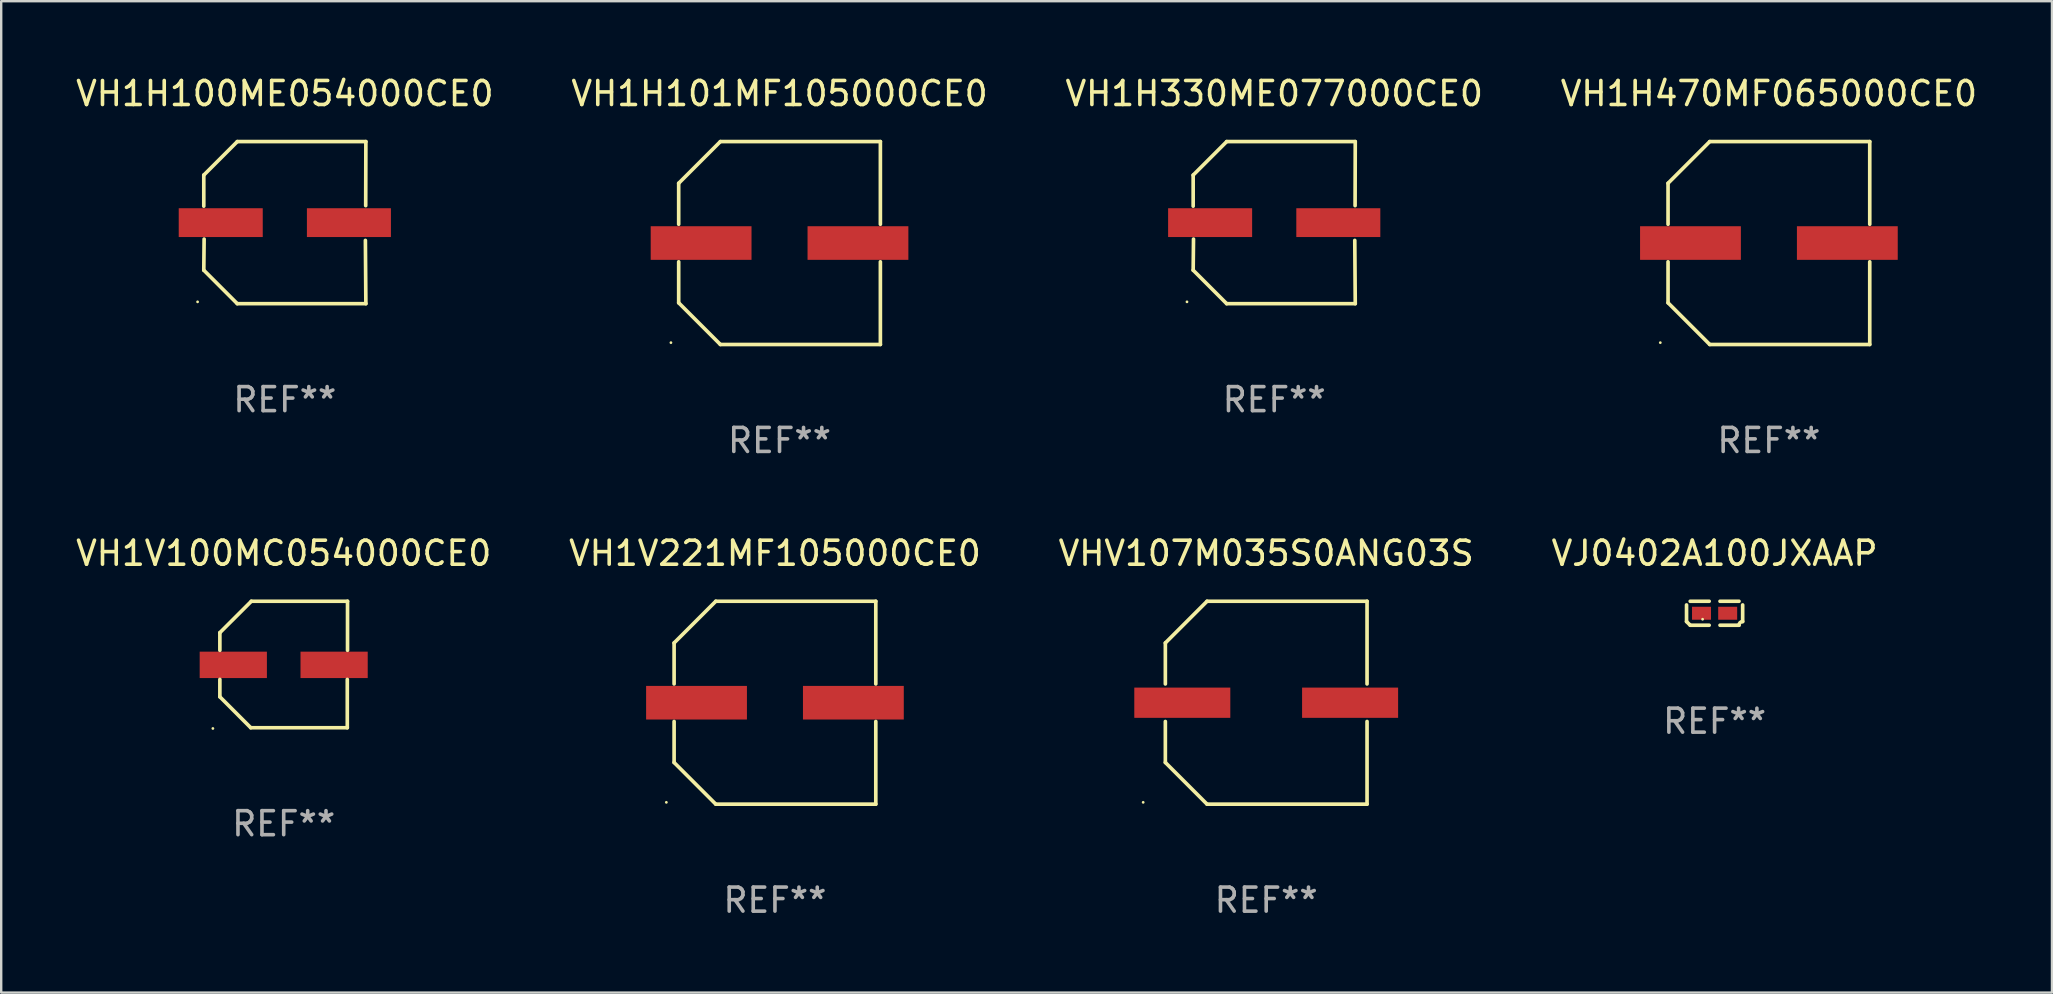
<source format=kicad_pcb>
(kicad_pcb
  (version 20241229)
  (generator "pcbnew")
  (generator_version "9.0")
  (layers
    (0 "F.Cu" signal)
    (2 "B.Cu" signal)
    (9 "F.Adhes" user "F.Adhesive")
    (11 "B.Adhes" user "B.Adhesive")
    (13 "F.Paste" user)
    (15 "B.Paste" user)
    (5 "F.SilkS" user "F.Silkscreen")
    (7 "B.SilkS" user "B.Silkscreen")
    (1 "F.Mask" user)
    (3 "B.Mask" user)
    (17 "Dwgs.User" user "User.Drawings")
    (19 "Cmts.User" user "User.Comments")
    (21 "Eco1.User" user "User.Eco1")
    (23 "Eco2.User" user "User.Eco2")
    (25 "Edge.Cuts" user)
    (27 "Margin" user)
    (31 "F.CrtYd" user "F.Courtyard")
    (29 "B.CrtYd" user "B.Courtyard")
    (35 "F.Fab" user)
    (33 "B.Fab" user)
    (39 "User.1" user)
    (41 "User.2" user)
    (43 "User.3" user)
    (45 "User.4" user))
  (footprint "VJ0402A100JXAAP"
    (layer "F.Cu")
    (at 68.375 22.496)
    (property "Reference" "VJ0402A100JXAAP" (at 0 -2.499 0) (layer "F.SilkS") (effects (font (size 1 1) (thickness 0.15))))
    (attr through_hole)
    (fp_line (start -1.169 0.346) (end -1.169 -0.346) (stroke (width 0.152) (type solid)) (layer "F.SilkS"))
    (fp_line (start -1.016 -0.499) (end -0.226 -0.499) (stroke (width 0.152) (type solid)) (layer "F.SilkS"))
    (fp_line (start -0.226 0.499) (end -1.016 0.499) (stroke (width 0.152) (type solid)) (layer "F.SilkS"))
    (fp_line (start 0.226 0.499) (end 1.016 0.499) (stroke (width 0.152) (type solid)) (layer "F.SilkS"))
    (fp_line (start 1.016 -0.499) (end 0.226 -0.499) (stroke (width 0.152) (type solid)) (layer "F.SilkS"))
    (fp_line (start 1.169 0.346) (end 1.169 -0.346) (stroke (width 0.152) (type solid)) (layer "F.SilkS"))
    (fp_arc (start -1.016307 0.498603) (mid -1.092512 0.422405) (end -1.16871 0.3462) (stroke (width 0.1524) (type solid)) (layer "F.SilkS"))
    (fp_arc (start 1.016307 0.498603) (mid 1.060899 0.390758) (end 1.168707 0.346076) (stroke (width 0.1524) (type solid)) (layer "F.SilkS"))
    (fp_circle (center -0.5 0.25) (end -0.47 0.25) (stroke (width 0.06) (type solid)) (fill no) (layer "F.SilkS"))
    (fp_text user "REF**" (at 0 4.499 0) (layer "F.Fab") (effects (font (size 1 1) (thickness 0.15))))
    (pad "1" smd rect (at -0.545 0) (size 0.79 0.54) (layers "F.Cu" "F.Mask" "F.Paste"))
    (pad "2" smd rect (at 0.545 0) (size 0.79 0.54) (layers "F.Cu" "F.Mask" "F.Paste")))
  (footprint "VH1H101MF105000CE0"
    (layer "F.Cu")
    (at 29.423 7.074)
    (property "Reference" "VH1H101MF105000CE0" (at 0 -6.226 0) (layer "F.SilkS") (effects (font (size 1 1) (thickness 0.15))))
    (attr through_hole)
    (fp_line (start -4.201 -2.49) (end -4.201 -0.782) (stroke (width 0.152) (type solid)) (layer "F.SilkS"))
    (fp_line (start -4.201 2.49) (end -4.201 0.782) (stroke (width 0.152) (type solid)) (layer "F.SilkS"))
    (fp_line (start -2.465 -4.226) (end -4.201 -2.49) (stroke (width 0.152) (type solid)) (layer "F.SilkS"))
    (fp_line (start -2.465 4.226) (end -4.201 2.49) (stroke (width 0.152) (type solid)) (layer "F.SilkS"))
    (fp_line (start 4.201 -4.226) (end -2.465 -4.226) (stroke (width 0.152) (type solid)) (layer "F.SilkS"))
    (fp_line (start 4.201 -0.782) (end 4.201 -4.226) (stroke (width 0.152) (type solid)) (layer "F.SilkS"))
    (fp_line (start 4.201 0.782) (end 4.201 4.226) (stroke (width 0.152) (type solid)) (layer "F.SilkS"))
    (fp_line (start 4.201 4.226) (end -2.465 4.226) (stroke (width 0.152) (type solid)) (layer "F.SilkS"))
    (fp_circle (center -4.524 4.15) (end -4.494 4.15) (stroke (width 0.06) (type solid)) (fill no) (layer "F.SilkS"))
    (fp_text user "REF**" (at 0 8.226 0) (layer "F.Fab") (effects (font (size 1 1) (thickness 0.15))))
    (pad "1" smd rect (at -3.267 0) (size 4.2 1.4) (layers "F.Cu" "F.Mask" "F.Paste"))
    (pad "2" smd rect (at 3.267 0) (size 4.2 1.4) (layers "F.Cu" "F.Mask" "F.Paste")))
  (footprint "VHV107M035S0ANG03S"
    (layer "F.Cu")
    (at 49.696 26.223)
    (property "Reference" "VHV107M035S0ANG03S" (at 0 -6.226 0) (layer "F.SilkS") (effects (font (size 1 1) (thickness 0.15))))
    (attr through_hole)
    (fp_line (start -4.201 -2.49) (end -4.201 -0.782) (stroke (width 0.152) (type solid)) (layer "F.SilkS"))
    (fp_line (start -4.201 2.49) (end -4.201 0.782) (stroke (width 0.152) (type solid)) (layer "F.SilkS"))
    (fp_line (start -2.465 -4.226) (end -4.201 -2.49) (stroke (width 0.152) (type solid)) (layer "F.SilkS"))
    (fp_line (start -2.465 4.226) (end -4.201 2.49) (stroke (width 0.152) (type solid)) (layer "F.SilkS"))
    (fp_line (start 4.201 -4.226) (end -2.465 -4.226) (stroke (width 0.152) (type solid)) (layer "F.SilkS"))
    (fp_line (start 4.201 -0.782) (end 4.201 -4.226) (stroke (width 0.152) (type solid)) (layer "F.SilkS"))
    (fp_line (start 4.201 0.782) (end 4.201 4.226) (stroke (width 0.152) (type solid)) (layer "F.SilkS"))
    (fp_line (start 4.201 4.226) (end -2.465 4.226) (stroke (width 0.152) (type solid)) (layer "F.SilkS"))
    (fp_circle (center -5.125 4.15) (end -5.095 4.15) (stroke (width 0.06) (type solid)) (fill no) (layer "F.SilkS"))
    (fp_text user "REF**" (at 0 8.226 0) (layer "F.Fab") (effects (font (size 1 1) (thickness 0.15))))
    (pad "1" smd rect (at -3.495 0.000025) (size 4 1.26) (layers "F.Cu" "F.Mask" "F.Paste"))
    (pad "2" smd rect (at 3.495 0.000025) (size 4 1.26) (layers "F.Cu" "F.Mask" "F.Paste")))
  (footprint "VH1H470MF065000CE0"
    (layer "F.Cu")
    (at 70.637 7.074)
    (property "Reference" "VH1H470MF065000CE0" (at 0 -6.226 0) (layer "F.SilkS") (effects (font (size 1 1) (thickness 0.15))))
    (attr through_hole)
    (fp_line (start -4.201 -2.49) (end -4.201 -0.782) (stroke (width 0.152) (type solid)) (layer "F.SilkS"))
    (fp_line (start -4.201 2.49) (end -4.201 0.782) (stroke (width 0.152) (type solid)) (layer "F.SilkS"))
    (fp_line (start -2.465 -4.226) (end -4.201 -2.49) (stroke (width 0.152) (type solid)) (layer "F.SilkS"))
    (fp_line (start -2.465 4.226) (end -4.201 2.49) (stroke (width 0.152) (type solid)) (layer "F.SilkS"))
    (fp_line (start 4.201 -4.226) (end -2.465 -4.226) (stroke (width 0.152) (type solid)) (layer "F.SilkS"))
    (fp_line (start 4.201 -0.782) (end 4.201 -4.226) (stroke (width 0.152) (type solid)) (layer "F.SilkS"))
    (fp_line (start 4.201 0.782) (end 4.201 4.226) (stroke (width 0.152) (type solid)) (layer "F.SilkS"))
    (fp_line (start 4.201 4.226) (end -2.465 4.226) (stroke (width 0.152) (type solid)) (layer "F.SilkS"))
    (fp_circle (center -4.524 4.15) (end -4.494 4.15) (stroke (width 0.06) (type solid)) (fill no) (layer "F.SilkS"))
    (fp_text user "REF**" (at 0 8.226 0) (layer "F.Fab") (effects (font (size 1 1) (thickness 0.15))))
    (pad "1" smd rect (at -3.267 0) (size 4.2 1.4) (layers "F.Cu" "F.Mask" "F.Paste"))
    (pad "2" smd rect (at 3.267 0) (size 4.2 1.4) (layers "F.Cu" "F.Mask" "F.Paste")))
  (footprint "VH1V221MF105000CE0"
    (layer "F.Cu")
    (at 29.232 26.223)
    (property "Reference" "VH1V221MF105000CE0" (at 0 -6.226 0) (layer "F.SilkS") (effects (font (size 1 1) (thickness 0.15))))
    (attr through_hole)
    (fp_line (start -4.201 -2.49) (end -4.201 -0.782) (stroke (width 0.152) (type solid)) (layer "F.SilkS"))
    (fp_line (start -4.201 2.49) (end -4.201 0.782) (stroke (width 0.152) (type solid)) (layer "F.SilkS"))
    (fp_line (start -2.465 -4.226) (end -4.201 -2.49) (stroke (width 0.152) (type solid)) (layer "F.SilkS"))
    (fp_line (start -2.465 4.226) (end -4.201 2.49) (stroke (width 0.152) (type solid)) (layer "F.SilkS"))
    (fp_line (start 4.201 -4.226) (end -2.465 -4.226) (stroke (width 0.152) (type solid)) (layer "F.SilkS"))
    (fp_line (start 4.201 -0.782) (end 4.201 -4.226) (stroke (width 0.152) (type solid)) (layer "F.SilkS"))
    (fp_line (start 4.201 0.782) (end 4.201 4.226) (stroke (width 0.152) (type solid)) (layer "F.SilkS"))
    (fp_line (start 4.201 4.226) (end -2.465 4.226) (stroke (width 0.152) (type solid)) (layer "F.SilkS"))
    (fp_circle (center -4.524 4.15) (end -4.494 4.15) (stroke (width 0.06) (type solid)) (fill no) (layer "F.SilkS"))
    (fp_text user "REF**" (at 0 8.226 0) (layer "F.Fab") (effects (font (size 1 1) (thickness 0.15))))
    (pad "1" smd rect (at -3.267 0) (size 4.2 1.4) (layers "F.Cu" "F.Mask" "F.Paste"))
    (pad "2" smd rect (at 3.267 0) (size 4.2 1.4) (layers "F.Cu" "F.Mask" "F.Paste")))
  (footprint "VH1H100ME054000CE0"
    (layer "F.Cu")
    (at 8.815 6.224)
    (property "Reference" "VH1H100ME054000CE0" (at 0 -5.376 0) (layer "F.SilkS") (effects (font (size 1 1) (thickness 0.15))))
    (attr through_hole)
    (fp_line (start -3.376 -1.98) (end -3.376 -0.686) (stroke (width 0.152) (type solid)) (layer "F.SilkS"))
    (fp_line (start -3.376 1.981) (end -3.362 0.686) (stroke (width 0.152) (type solid)) (layer "F.SilkS"))
    (fp_line (start -1.981 3.376) (end -3.376 1.981) (stroke (width 0.152) (type solid)) (layer "F.SilkS"))
    (fp_line (start -1.98 -3.376) (end -3.376 -1.98) (stroke (width 0.152) (type solid)) (layer "F.SilkS"))
    (fp_line (start 3.356 0.74) (end 3.376 3.376) (stroke (width 0.152) (type solid)) (layer "F.SilkS"))
    (fp_line (start 3.369 -0.707) (end 3.376 -3.376) (stroke (width 0.152) (type solid)) (layer "F.SilkS"))
    (fp_line (start 3.376 3.376) (end -1.981 3.376) (stroke (width 0.152) (type solid)) (layer "F.SilkS"))
    (fp_line (start 3.376 -3.376) (end -1.98 -3.376) (stroke (width 0.152) (type solid)) (layer "F.SilkS"))
    (fp_circle (center -3.634 3.3) (end -3.604 3.3) (stroke (width 0.06) (type solid)) (fill no) (layer "F.SilkS"))
    (fp_text user "REF**" (at 0 7.376 0) (layer "F.Fab") (effects (font (size 1 1) (thickness 0.15))))
    (pad "1" smd rect (at -2.67 0.000254) (size 3.5 1.2) (layers "F.Cu" "F.Mask" "F.Paste"))
    (pad "2" smd rect (at 2.67 0.000254) (size 3.5 1.2) (layers "F.Cu" "F.Mask" "F.Paste")))
  (footprint "VH1V100MC054000CE0"
    (layer "F.Cu")
    (at 8.768 24.631)
    (property "Reference" "VH1V100MC054000CE0" (at 0 -4.634 0) (layer "F.SilkS") (effects (font (size 1 1) (thickness 0.15))))
    (attr through_hole)
    (fp_line (start -2.659 -1.326) (end -2.659 -0.592) (stroke (width 0.152) (type solid)) (layer "F.SilkS"))
    (fp_line (start -2.659 1.346) (end -2.659 0.622) (stroke (width 0.152) (type solid)) (layer "F.SilkS"))
    (fp_line (start -1.372 2.634) (end -2.659 1.346) (stroke (width 0.152) (type solid)) (layer "F.SilkS"))
    (fp_line (start -1.349 -2.634) (end -2.659 -1.326) (stroke (width 0.152) (type solid)) (layer "F.SilkS"))
    (fp_line (start 2.649 0.622) (end 2.649 2.634) (stroke (width 0.152) (type solid)) (layer "F.SilkS"))
    (fp_line (start 2.649 2.634) (end -1.372 2.634) (stroke (width 0.152) (type solid)) (layer "F.SilkS"))
    (fp_line (start 2.659 -2.634) (end -1.349 -2.634) (stroke (width 0.152) (type solid)) (layer "F.SilkS"))
    (fp_line (start 2.659 -0.592) (end 2.659 -2.634) (stroke (width 0.152) (type solid)) (layer "F.SilkS"))
    (fp_circle (center -2.95 2.665) (end -2.92 2.665) (stroke (width 0.06) (type solid)) (fill no) (layer "F.SilkS"))
    (fp_text user "REF**" (at 0 6.634 0) (layer "F.Fab") (effects (font (size 1 1) (thickness 0.15))))
    (pad "1" smd rect (at -2.1 0.015) (size 2.8 1.1) (layers "F.Cu" "F.Mask" "F.Paste"))
    (pad "2" smd rect (at 2.1 0.015) (size 2.8 1.1) (layers "F.Cu" "F.Mask" "F.Paste")))
  (footprint "VH1H330ME077000CE0"
    (layer "F.Cu")
    (at 50.03 6.224)
    (property "Reference" "VH1H330ME077000CE0" (at 0 -5.376 0) (layer "F.SilkS") (effects (font (size 1 1) (thickness 0.15))))
    (attr through_hole)
    (fp_line (start -3.376 -1.98) (end -3.376 -0.686) (stroke (width 0.152) (type solid)) (layer "F.SilkS"))
    (fp_line (start -3.376 1.981) (end -3.362 0.686) (stroke (width 0.152) (type solid)) (layer "F.SilkS"))
    (fp_line (start -1.981 3.376) (end -3.376 1.981) (stroke (width 0.152) (type solid)) (layer "F.SilkS"))
    (fp_line (start -1.98 -3.376) (end -3.376 -1.98) (stroke (width 0.152) (type solid)) (layer "F.SilkS"))
    (fp_line (start 3.356 0.74) (end 3.376 3.376) (stroke (width 0.152) (type solid)) (layer "F.SilkS"))
    (fp_line (start 3.369 -0.707) (end 3.376 -3.376) (stroke (width 0.152) (type solid)) (layer "F.SilkS"))
    (fp_line (start 3.376 3.376) (end -1.981 3.376) (stroke (width 0.152) (type solid)) (layer "F.SilkS"))
    (fp_line (start 3.376 -3.376) (end -1.98 -3.376) (stroke (width 0.152) (type solid)) (layer "F.SilkS"))
    (fp_circle (center -3.634 3.3) (end -3.604 3.3) (stroke (width 0.06) (type solid)) (fill no) (layer "F.SilkS"))
    (fp_text user "REF**" (at 0 7.376 0) (layer "F.Fab") (effects (font (size 1 1) (thickness 0.15))))
    (pad "1" smd rect (at -2.67 0.000254) (size 3.5 1.2) (layers "F.Cu" "F.Mask" "F.Paste"))
    (pad "2" smd rect (at 2.67 0.000254) (size 3.5 1.2) (layers "F.Cu" "F.Mask" "F.Paste")))
  (gr_rect
    (start -3 -3)
    (end 82.429 38.298)
    (stroke (width 0.1) (type default))
    (fill no)
    (layer "Edge.Cuts")))
</source>
